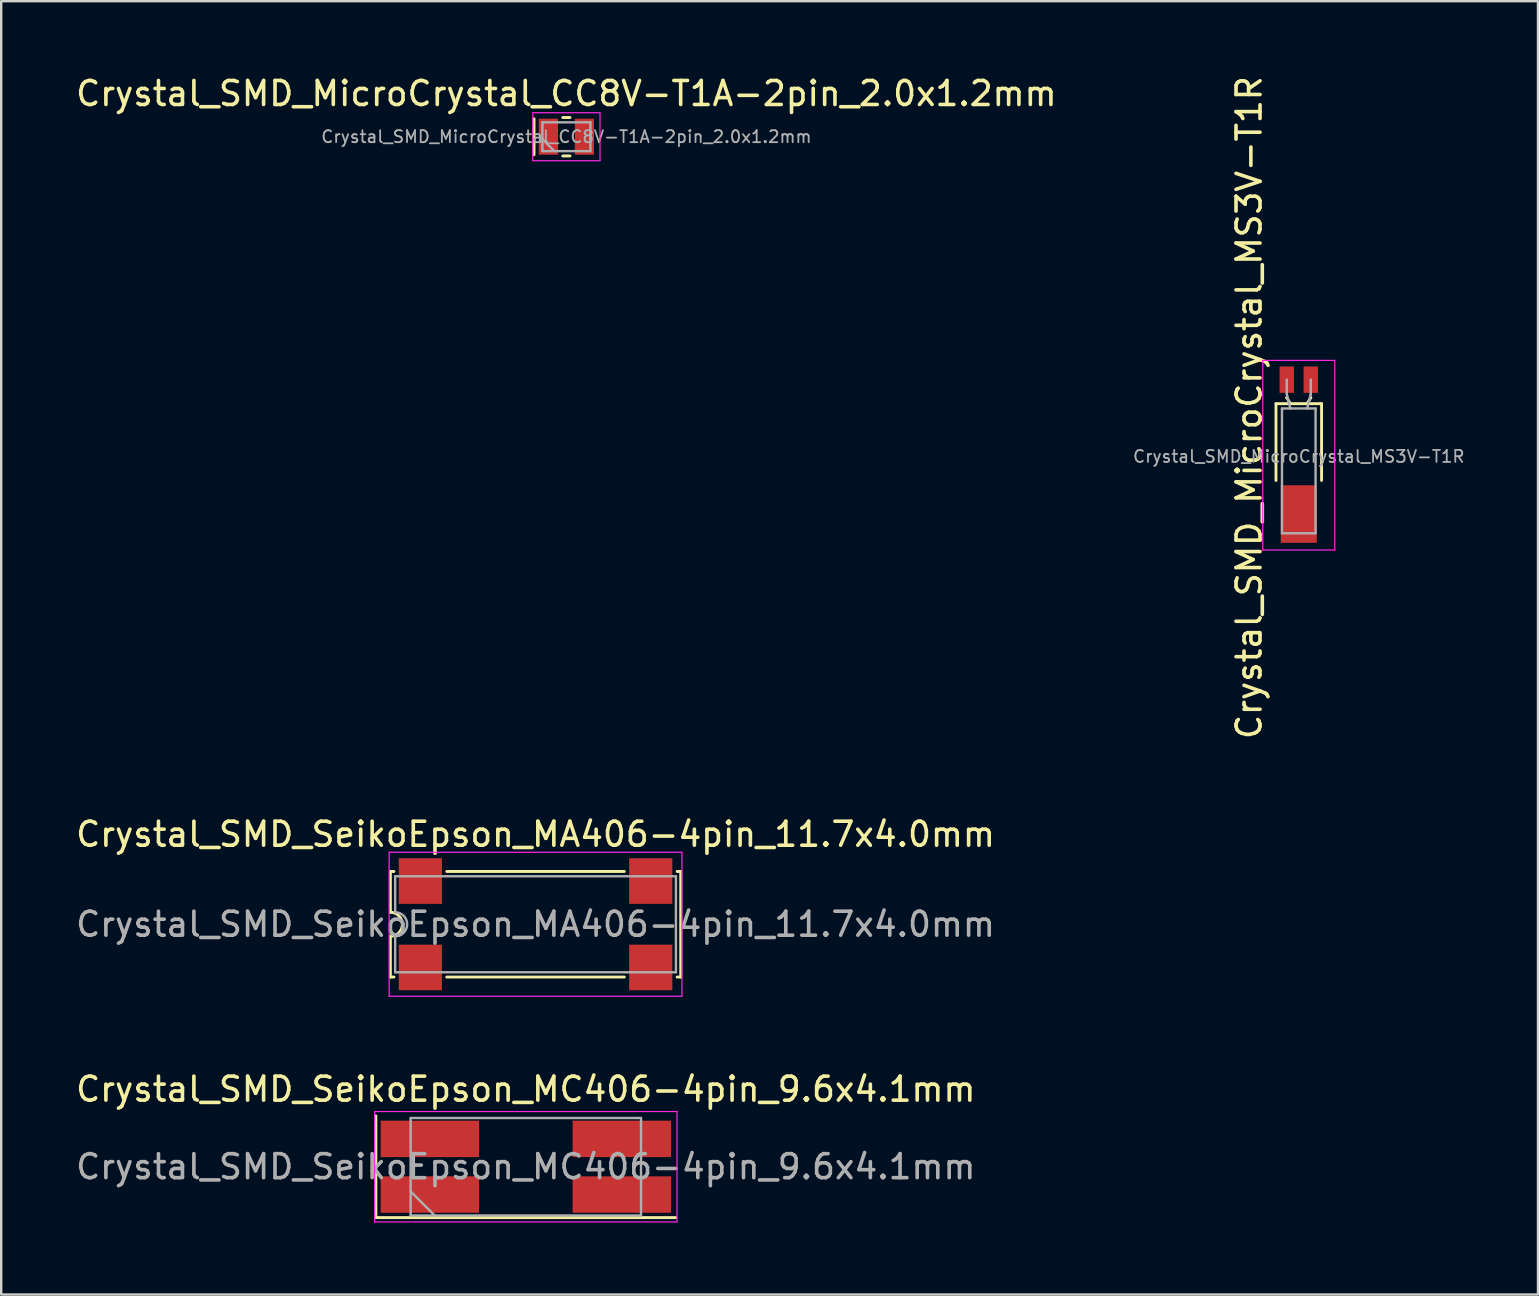
<source format=kicad_pcb>
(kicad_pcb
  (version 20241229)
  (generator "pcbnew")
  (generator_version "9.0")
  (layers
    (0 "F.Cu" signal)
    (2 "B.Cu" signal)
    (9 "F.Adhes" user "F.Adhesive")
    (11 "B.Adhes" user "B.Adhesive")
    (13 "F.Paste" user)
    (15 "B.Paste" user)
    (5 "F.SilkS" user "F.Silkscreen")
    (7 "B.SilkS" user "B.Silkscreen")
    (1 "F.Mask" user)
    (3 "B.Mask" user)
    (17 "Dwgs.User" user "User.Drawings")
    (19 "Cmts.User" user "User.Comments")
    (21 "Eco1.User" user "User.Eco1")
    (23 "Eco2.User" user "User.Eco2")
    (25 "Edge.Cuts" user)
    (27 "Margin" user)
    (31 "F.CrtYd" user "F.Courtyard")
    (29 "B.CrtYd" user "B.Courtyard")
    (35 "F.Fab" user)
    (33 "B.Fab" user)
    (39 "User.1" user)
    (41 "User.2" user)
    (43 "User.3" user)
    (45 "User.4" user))
  (footprint "Crystal_SMD_SeikoEpson_MC406-4pin_9.6x4.1mm"
    (layer "F.Cu")
    (at 18.863 45.571)
    (property "Reference" "Crystal_SMD_SeikoEpson_MC406-4pin_9.6x4.1mm" (at 0 -3.23 0) (layer "F.SilkS") (effects (font (size 1 1) (thickness 0.15))))
    (attr smd)
    (fp_line (start -6.25 -2.12) (end -6.25 2.12) (stroke (width 0.12) (type solid)) (layer "F.SilkS"))
    (fp_line (start -6.25 2.12) (end 6.25 2.12) (stroke (width 0.12) (type solid)) (layer "F.SilkS"))
    (fp_line (start -6.3 -2.3) (end -6.3 2.3) (stroke (width 0.05) (type solid)) (layer "F.CrtYd"))
    (fp_line (start -6.3 2.3) (end 6.3 2.3) (stroke (width 0.05) (type solid)) (layer "F.CrtYd"))
    (fp_line (start 6.3 -2.3) (end -6.3 -2.3) (stroke (width 0.05) (type solid)) (layer "F.CrtYd"))
    (fp_line (start 6.3 2.3) (end 6.3 -2.3) (stroke (width 0.05) (type solid)) (layer "F.CrtYd"))
    (fp_line (start -4.8 -2.03) (end -4.8 2.03) (stroke (width 0.1) (type solid)) (layer "F.Fab"))
    (fp_line (start -4.8 1.03) (end -3.8 2.03) (stroke (width 0.1) (type solid)) (layer "F.Fab"))
    (fp_line (start -4.8 2.03) (end 4.8 2.03) (stroke (width 0.1) (type solid)) (layer "F.Fab"))
    (fp_line (start 4.8 -2.03) (end -4.8 -2.03) (stroke (width 0.1) (type solid)) (layer "F.Fab"))
    (fp_line (start 4.8 2.03) (end 4.8 -2.03) (stroke (width 0.1) (type solid)) (layer "F.Fab"))
    (fp_text user "${REFERENCE}" (at 0 0 0) (layer "F.Fab") (effects (font (size 1 1) (thickness 0.15))))
    (pad "1" smd rect (at -4 1.16) (size 4.1 1.52) (layers "F.Cu" "F.Mask" "F.Paste"))
    (pad "2" smd rect (at 4 1.16) (size 4.1 1.52) (layers "F.Cu" "F.Mask" "F.Paste"))
    (pad "3" smd rect (at 4 -1.16) (size 4.1 1.52) (layers "F.Cu" "F.Mask" "F.Paste"))
    (pad "4" smd rect (at -4 -1.16) (size 4.1 1.52) (layers "F.Cu" "F.Mask" "F.Paste")))
  (footprint "Crystal_SMD_SeikoEpson_MA406-4pin_11.7x4.0mm"
    (layer "F.Cu")
    (at 19.268 35.467)
    (property "Reference" "Crystal_SMD_SeikoEpson_MA406-4pin_11.7x4.0mm" (at 0 -3.75 0) (layer "F.SilkS") (effects (font (size 1 1) (thickness 0.15))))
    (attr smd)
    (fp_line (start -6.05 -2.2) (end -5.9 -2.2) (stroke (width 0.12) (type solid)) (layer "F.SilkS"))
    (fp_line (start -6.05 -0.5) (end -6.05 -2.2) (stroke (width 0.12) (type solid)) (layer "F.SilkS"))
    (fp_line (start -6.05 2.2) (end -6.05 0.5) (stroke (width 0.12) (type solid)) (layer "F.SilkS"))
    (fp_line (start -6.05 2.2) (end -5.9 2.2) (stroke (width 0.12) (type solid)) (layer "F.SilkS"))
    (fp_line (start -3.7 -2.2) (end 3.7 -2.2) (stroke (width 0.12) (type solid)) (layer "F.SilkS"))
    (fp_line (start 3.7 2.2) (end -3.7 2.2) (stroke (width 0.12) (type solid)) (layer "F.SilkS"))
    (fp_line (start 5.9 -2.2) (end 6.05 -2.2) (stroke (width 0.12) (type solid)) (layer "F.SilkS"))
    (fp_line (start 6.05 -2.2) (end 6.05 2.2) (stroke (width 0.12) (type solid)) (layer "F.SilkS"))
    (fp_line (start 6.05 2.2) (end 5.9 2.2) (stroke (width 0.12) (type solid)) (layer "F.SilkS"))
    (fp_arc (start -6.05 -0.5) (mid -5.55 0) (end -6.05 0.5) (stroke (width 0.12) (type solid)) (layer "F.SilkS"))
    (fp_line (start -6.1 -3) (end -6.1 3) (stroke (width 0.05) (type solid)) (layer "F.CrtYd"))
    (fp_line (start -6.1 3) (end 6.1 3) (stroke (width 0.05) (type solid)) (layer "F.CrtYd"))
    (fp_line (start 6.1 -3) (end -6.1 -3) (stroke (width 0.05) (type solid)) (layer "F.CrtYd"))
    (fp_line (start 6.1 3) (end 6.1 -3) (stroke (width 0.05) (type solid)) (layer "F.CrtYd"))
    (fp_line (start -5.85 -2) (end 5.85 -2) (stroke (width 0.1) (type solid)) (layer "F.Fab"))
    (fp_line (start -5.85 -0.5) (end -5.85 -2) (stroke (width 0.1) (type solid)) (layer "F.Fab"))
    (fp_line (start -5.85 2) (end -5.85 0.5) (stroke (width 0.1) (type solid)) (layer "F.Fab"))
    (fp_line (start 5.85 -2) (end 5.85 2) (stroke (width 0.1) (type solid)) (layer "F.Fab"))
    (fp_line (start 5.85 2) (end -5.85 2) (stroke (width 0.1) (type solid)) (layer "F.Fab"))
    (fp_arc (start -5.85 -0.5) (mid -5.35 0) (end -5.85 0.5) (stroke (width 0.1) (type solid)) (layer "F.Fab"))
    (fp_text user "${REFERENCE}" (at 0 0 0) (layer "F.Fab") (effects (font (size 1 1) (thickness 0.15))))
    (pad "1" smd rect (at -4.8 1.8) (size 1.8 1.9) (layers "F.Cu" "F.Mask" "F.Paste"))
    (pad "2" smd rect (at 4.8 1.8) (size 1.8 1.9) (layers "F.Cu" "F.Mask" "F.Paste"))
    (pad "3" smd rect (at 4.8 -1.8) (size 1.8 1.9) (layers "F.Cu" "F.Mask" "F.Paste"))
    (pad "4" smd rect (at -4.8 -1.8) (size 1.8 1.9) (layers "F.Cu" "F.Mask" "F.Paste")))
  (footprint "Crystal_SMD_MicroCrystal_CC8V-T1A-2pin_2.0x1.2mm"
    (layer "F.Cu")
    (at 20.554 2.648)
    (property "Reference" "Crystal_SMD_MicroCrystal_CC8V-T1A-2pin_2.0x1.2mm" (at 0 -1.8 0) (layer "F.SilkS") (effects (font (size 1 1) (thickness 0.15))))
    (attr smd)
    (fp_line (start -1.35 -0.75) (end -1.35 0.75) (stroke (width 0.12) (type solid)) (layer "F.SilkS"))
    (fp_line (start -0.15 -0.8) (end 0.15 -0.8) (stroke (width 0.12) (type solid)) (layer "F.SilkS"))
    (fp_line (start -0.15 0.8) (end 0.15 0.8) (stroke (width 0.12) (type solid)) (layer "F.SilkS"))
    (fp_line (start -1.4 -1) (end -1.4 1) (stroke (width 0.05) (type solid)) (layer "F.CrtYd"))
    (fp_line (start -1.4 1) (end 1.4 1) (stroke (width 0.05) (type solid)) (layer "F.CrtYd"))
    (fp_line (start 1.4 -1) (end -1.4 -1) (stroke (width 0.05) (type solid)) (layer "F.CrtYd"))
    (fp_line (start 1.4 1) (end 1.4 -1) (stroke (width 0.05) (type solid)) (layer "F.CrtYd"))
    (fp_line (start -1 -0.6) (end -1 0.6) (stroke (width 0.1) (type solid)) (layer "F.Fab"))
    (fp_line (start -1 0.1) (end -0.5 0.6) (stroke (width 0.1) (type solid)) (layer "F.Fab"))
    (fp_line (start -1 0.6) (end 1 0.6) (stroke (width 0.1) (type solid)) (layer "F.Fab"))
    (fp_line (start 1 -0.6) (end -1 -0.6) (stroke (width 0.1) (type solid)) (layer "F.Fab"))
    (fp_line (start 1 0.6) (end 1 -0.6) (stroke (width 0.1) (type solid)) (layer "F.Fab"))
    (fp_text user "${REFERENCE}" (at 0 0 0) (layer "F.Fab") (effects (font (size 0.5 0.5) (thickness 0.075))))
    (pad "1" smd rect (at -0.75 0) (size 0.8 1.5) (layers "F.Cu" "F.Mask" "F.Paste"))
    (pad "2" smd rect (at 0.75 0) (size 0.8 1.5) (layers "F.Cu" "F.Mask" "F.Paste")))
  (footprint "Crystal_SMD_MicroCrystal_MS3V-T1R"
    (layer "F.Cu")
    (at 51.074 14.639)
    (property "Reference" "Crystal_SMD_MicroCrystal_MS3V-T1R" (at -2.07 -0.704 90) (layer "F.SilkS") (effects (font (size 1 1) (thickness 0.15))))
    (attr smd)
    (fp_line (start -0.95 -0.867) (end 0.95 -0.867) (stroke (width 0.12) (type solid)) (layer "F.SilkS"))
    (fp_line (start -0.95 2.333) (end -0.95 -0.867) (stroke (width 0.12) (type solid)) (layer "F.SilkS"))
    (fp_line (start -0.5 -1.117) (end -0.5 -1.117) (stroke (width 0.12) (type solid)) (layer "F.SilkS"))
    (fp_line (start -0.35 -0.867) (end -0.5 -1.117) (stroke (width 0.12) (type solid)) (layer "F.SilkS"))
    (fp_line (start 0.35 -0.867) (end 0.5 -1.117) (stroke (width 0.12) (type solid)) (layer "F.SilkS"))
    (fp_line (start 0.5 -1.117) (end 0.5 -1.117) (stroke (width 0.12) (type solid)) (layer "F.SilkS"))
    (fp_line (start 0.95 -0.867) (end 0.95 2.333) (stroke (width 0.12) (type solid)) (layer "F.SilkS"))
    (fp_line (start -1.5 -2.67) (end -1.5 5.23) (stroke (width 0.05) (type solid)) (layer "F.CrtYd"))
    (fp_line (start -1.5 5.23) (end 1.5 5.23) (stroke (width 0.05) (type solid)) (layer "F.CrtYd"))
    (fp_line (start 1.5 -2.67) (end -1.5 -2.67) (stroke (width 0.05) (type solid)) (layer "F.CrtYd"))
    (fp_line (start 1.5 5.23) (end 1.5 -2.67) (stroke (width 0.05) (type solid)) (layer "F.CrtYd"))
    (fp_line (start -0.7 -0.667) (end -0.7 4.533) (stroke (width 0.1) (type solid)) (layer "F.Fab"))
    (fp_line (start -0.7 4.533) (end 0.7 4.533) (stroke (width 0.1) (type solid)) (layer "F.Fab"))
    (fp_line (start -0.5 -1.267) (end -0.5 -1.867) (stroke (width 0.1) (type solid)) (layer "F.Fab"))
    (fp_line (start -0.35 -0.667) (end -0.5 -1.267) (stroke (width 0.1) (type solid)) (layer "F.Fab"))
    (fp_line (start 0.35 -0.667) (end 0.5 -1.267) (stroke (width 0.1) (type solid)) (layer "F.Fab"))
    (fp_line (start 0.5 -1.267) (end 0.5 -1.867) (stroke (width 0.1) (type solid)) (layer "F.Fab"))
    (fp_line (start 0.7 -0.667) (end -0.7 -0.667) (stroke (width 0.1) (type solid)) (layer "F.Fab"))
    (fp_line (start 0.7 4.533) (end 0.7 -0.667) (stroke (width 0.1) (type solid)) (layer "F.Fab"))
    (fp_text user "${REFERENCE}" (at 0 1.333 0) (layer "F.Fab") (effects (font (size 0.5 0.5) (thickness 0.075))))
    (pad "1" smd rect (at -0.5 -1.867) (size 0.6 1.1) (layers "F.Cu" "F.Mask" "F.Paste"))
    (pad "2" smd rect (at 0.5 -1.867) (size 0.6 1.1) (layers "F.Cu" "F.Mask" "F.Paste"))
    (pad "3" smd rect (at 0 3.733) (size 1.5 2.4) (layers "F.Cu" "F.Mask" "F.Paste")))
  (gr_rect
    (start -3 -3)
    (end 61.042 50.896)
    (stroke (width 0.1) (type default))
    (fill no)
    (layer "Edge.Cuts")))
</source>
